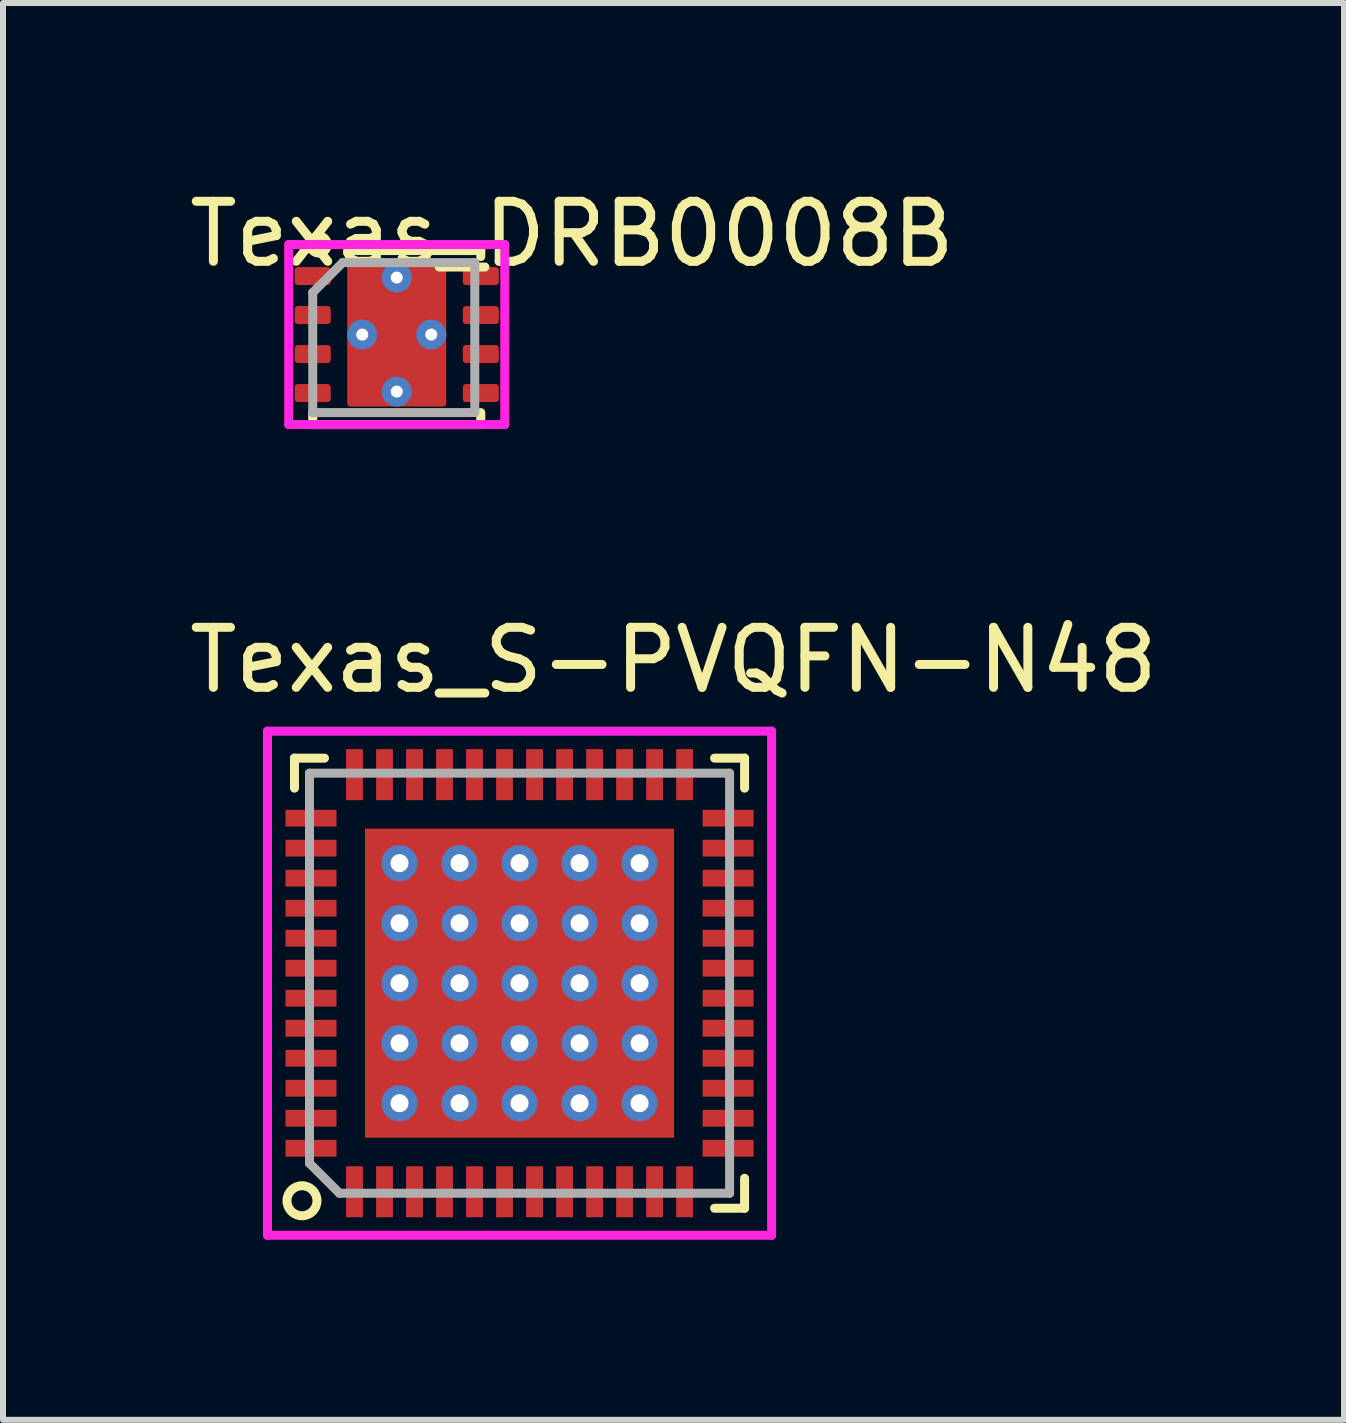
<source format=kicad_pcb>
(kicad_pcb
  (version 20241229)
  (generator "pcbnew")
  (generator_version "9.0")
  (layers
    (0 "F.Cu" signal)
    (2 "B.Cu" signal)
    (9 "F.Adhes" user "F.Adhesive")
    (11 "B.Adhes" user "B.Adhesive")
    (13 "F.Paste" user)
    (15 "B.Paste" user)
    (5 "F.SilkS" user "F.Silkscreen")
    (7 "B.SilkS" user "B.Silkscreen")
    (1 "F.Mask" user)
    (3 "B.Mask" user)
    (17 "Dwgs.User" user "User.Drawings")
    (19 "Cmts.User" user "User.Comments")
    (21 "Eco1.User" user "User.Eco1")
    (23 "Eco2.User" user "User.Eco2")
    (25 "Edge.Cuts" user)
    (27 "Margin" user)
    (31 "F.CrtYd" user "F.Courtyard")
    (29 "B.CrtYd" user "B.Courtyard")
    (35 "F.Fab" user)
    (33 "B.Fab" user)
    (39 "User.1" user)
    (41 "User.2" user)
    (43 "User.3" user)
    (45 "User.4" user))
  (footprint "Texas_DRB0008B"
    (layer "F.Cu")
    (at 3.561 2.525)
    (property "Reference" "Texas_DRB0008B" (at 2.921 -1.676 0) (layer "F.SilkS") (effects (font (size 1 1) (thickness 0.15))))
    (attr through_hole)
    (fp_line (start -1.4 1.3) (end -1.4 1.5) (stroke (width 0.15) (type solid)) (layer "F.SilkS"))
    (fp_line (start -1.4 1.5) (end 1.4 1.5) (stroke (width 0.15) (type solid)) (layer "F.SilkS"))
    (fp_line (start 1.4 -1.4) (end -0.8 -1.4) (stroke (width 0.15) (type solid)) (layer "F.SilkS"))
    (fp_line (start 1.4 -1.3) (end 1.4 -1.4) (stroke (width 0.15) (type solid)) (layer "F.SilkS"))
    (fp_line (start 1.4 1.5) (end 1.4 1.3) (stroke (width 0.15) (type solid)) (layer "F.SilkS"))
    (fp_circle (center -1.3 -1.5) (end -1.2 -1.4) (stroke (width 0.15) (type solid)) (fill no) (layer "F.SilkS"))
    (fp_line (start -1.8 -1.5) (end 1.8 -1.5) (stroke (width 0.15) (type solid)) (layer "F.CrtYd"))
    (fp_line (start -1.8 1.5) (end -1.8 -1.5) (stroke (width 0.15) (type solid)) (layer "F.CrtYd"))
    (fp_line (start 1.8 -1.5) (end 1.8 1.5) (stroke (width 0.15) (type solid)) (layer "F.CrtYd"))
    (fp_line (start 1.8 1.5) (end -1.8 1.5) (stroke (width 0.15) (type solid)) (layer "F.CrtYd"))
    (fp_line (start -1.4 -0.7) (end -0.9 -1.2) (stroke (width 0.15) (type solid)) (layer "F.Fab"))
    (fp_line (start -1.4 1.3) (end -1.4 -0.7) (stroke (width 0.15) (type solid)) (layer "F.Fab"))
    (fp_line (start -0.9 -1.2) (end 1.3 -1.2) (stroke (width 0.15) (type solid)) (layer "F.Fab"))
    (fp_line (start 1.3 -1.2) (end 1.3 1.3) (stroke (width 0.15) (type solid)) (layer "F.Fab"))
    (fp_line (start 1.3 1.3) (end -1.4 1.3) (stroke (width 0.15) (type solid)) (layer "F.Fab"))
    (pad "1" smd roundrect (at -1.4 -0.975) (size 0.6 0.3) (layers "F.Cu" "F.Mask" "F.Paste") (roundrect_rratio 0.17))
    (pad "2" smd roundrect (at -1.4 -0.325) (size 0.6 0.3) (layers "F.Cu" "F.Mask" "F.Paste") (roundrect_rratio 0.17))
    (pad "3" smd roundrect (at -1.4 0.325) (size 0.6 0.3) (layers "F.Cu" "F.Mask" "F.Paste") (roundrect_rratio 0.17))
    (pad "4" smd roundrect (at -1.4 0.975) (size 0.6 0.3) (layers "F.Cu" "F.Mask" "F.Paste") (roundrect_rratio 0.17))
    (pad "5" smd roundrect (at 1.4 0.975) (size 0.6 0.3) (layers "F.Cu" "F.Mask" "F.Paste") (roundrect_rratio 0.17))
    (pad "6" smd roundrect (at 1.4 0.325) (size 0.6 0.3) (layers "F.Cu" "F.Mask" "F.Paste") (roundrect_rratio 0.17))
    (pad "7" smd roundrect (at 1.4 -0.325) (size 0.6 0.3) (layers "F.Cu" "F.Mask" "F.Paste") (roundrect_rratio 0.17))
    (pad "8" smd roundrect (at 1.4 -0.975) (size 0.6 0.3) (layers "F.Cu" "F.Mask" "F.Paste") (roundrect_rratio 0.17))
    (pad "9" thru_hole circle (at -0.575 0) (size 0.5 0.5) (drill 0.2) (layers "*.Cu" "*.Mask"))
    (pad "9" thru_hole circle (at 0 -0.95) (size 0.5 0.5) (drill 0.2) (layers "*.Cu" "*.Mask"))
    (pad "9" smd roundrect (at 0 -0.63 180) (size 1.47 1.06) (layers "F.Cu" "F.Paste") (roundrect_rratio 0.047))
    (pad "9" smd roundrect (at 0 0) (size 1.65 2.4) (layers "F.Cu" "F.Mask") (roundrect_rratio 0.03))
    (pad "9" smd roundrect (at 0 0.6) (size 1.47 1.06) (layers "F.Cu" "F.Paste") (roundrect_rratio 0.047))
    (pad "9" thru_hole circle (at 0 0.95) (size 0.5 0.5) (drill 0.2) (layers "*.Cu" "*.Mask"))
    (pad "9" thru_hole circle (at 0.575 0) (size 0.5 0.5) (drill 0.2) (layers "*.Cu" "*.Mask")))
  (footprint "Texas_S-PVQFN-N48"
    (layer "F.Cu")
    (at 5.607 13.333)
    (property "Reference" "Texas_S-PVQFN-N48" (at 2.565 -5.385 180) (layer "F.SilkS") (effects (font (size 1 1) (thickness 0.15))))
    (attr through_hole)
    (fp_line (start -3.75 -3.75) (end -3.25 -3.75) (stroke (width 0.15) (type solid)) (layer "F.SilkS"))
    (fp_line (start -3.75 -3.25) (end -3.75 -3.75) (stroke (width 0.15) (type solid)) (layer "F.SilkS"))
    (fp_line (start 3.25 -3.75) (end 3.75 -3.75) (stroke (width 0.15) (type solid)) (layer "F.SilkS"))
    (fp_line (start 3.25 3.75) (end 3.75 3.75) (stroke (width 0.15) (type solid)) (layer "F.SilkS"))
    (fp_line (start 3.75 -3.75) (end 3.75 -3.25) (stroke (width 0.15) (type solid)) (layer "F.SilkS"))
    (fp_line (start 3.75 3.75) (end 3.75 3.25) (stroke (width 0.15) (type solid)) (layer "F.SilkS"))
    (fp_circle (center -3.625 3.625) (end -3.375 3.625) (stroke (width 0.15) (type solid)) (fill no) (layer "F.SilkS"))
    (fp_line (start -4.2 -4.2) (end 4.2 -4.2) (stroke (width 0.15) (type solid)) (layer "F.CrtYd"))
    (fp_line (start -4.2 4.2) (end -4.2 -4.2) (stroke (width 0.15) (type solid)) (layer "F.CrtYd"))
    (fp_line (start 4.2 -4.2) (end 4.2 4.2) (stroke (width 0.15) (type solid)) (layer "F.CrtYd"))
    (fp_line (start 4.2 4.2) (end -4.2 4.2) (stroke (width 0.15) (type solid)) (layer "F.CrtYd"))
    (fp_line (start -3.5 -3.5) (end -3.5 3) (stroke (width 0.15) (type solid)) (layer "F.Fab"))
    (fp_line (start -3.5 3) (end -3 3.5) (stroke (width 0.15) (type solid)) (layer "F.Fab"))
    (fp_line (start -3 3.5) (end 3.5 3.5) (stroke (width 0.15) (type solid)) (layer "F.Fab"))
    (fp_line (start 3.5 -3.5) (end -3.5 -3.5) (stroke (width 0.15) (type solid)) (layer "F.Fab"))
    (fp_line (start 3.5 3.5) (end 3.5 -3.5) (stroke (width 0.15) (type solid)) (layer "F.Fab"))
    (pad "" smd rect (at -1.75 -1.75) (size 1.45 1.45) (layers "F.Paste"))
    (pad "" smd rect (at -1.75 0) (size 1.45 1.45) (layers "F.Paste"))
    (pad "" smd rect (at -1.75 1.75) (size 1.45 1.45) (layers "F.Paste"))
    (pad "" smd rect (at 0 -1.75) (size 1.45 1.45) (layers "F.Paste"))
    (pad "" smd rect (at 0 0) (size 1.45 1.45) (layers "F.Paste"))
    (pad "" smd rect (at 0 1.75) (size 1.45 1.45) (layers "F.Paste"))
    (pad "" smd rect (at 1.75 -1.75) (size 1.45 1.45) (layers "F.Paste"))
    (pad "" smd rect (at 1.75 0) (size 1.45 1.45) (layers "F.Paste"))
    (pad "" smd rect (at 1.75 1.75) (size 1.45 1.45) (layers "F.Paste"))
    (pad "1" smd rect (at -2.75 3.475) (size 0.28 0.85) (layers "F.Cu" "F.Mask" "F.Paste"))
    (pad "2" smd rect (at -2.25 3.475) (size 0.28 0.85) (layers "F.Cu" "F.Mask" "F.Paste"))
    (pad "3" smd rect (at -1.75 3.475) (size 0.28 0.85) (layers "F.Cu" "F.Mask" "F.Paste"))
    (pad "4" smd rect (at -1.25 3.475) (size 0.28 0.85) (layers "F.Cu" "F.Mask" "F.Paste"))
    (pad "5" smd rect (at -0.75 3.475) (size 0.28 0.85) (layers "F.Cu" "F.Mask" "F.Paste"))
    (pad "6" smd rect (at -0.25 3.475) (size 0.28 0.85) (layers "F.Cu" "F.Mask" "F.Paste"))
    (pad "7" smd rect (at 0.25 3.475) (size 0.28 0.85) (layers "F.Cu" "F.Mask" "F.Paste"))
    (pad "8" smd rect (at 0.75 3.475) (size 0.28 0.85) (layers "F.Cu" "F.Mask" "F.Paste"))
    (pad "9" smd rect (at 1.25 3.475) (size 0.28 0.85) (layers "F.Cu" "F.Mask" "F.Paste"))
    (pad "10" smd rect (at 1.75 3.475) (size 0.28 0.85) (layers "F.Cu" "F.Mask" "F.Paste"))
    (pad "11" smd rect (at 2.25 3.475) (size 0.28 0.85) (layers "F.Cu" "F.Mask" "F.Paste"))
    (pad "12" smd rect (at 2.75 3.475) (size 0.28 0.85) (layers "F.Cu" "F.Mask" "F.Paste"))
    (pad "13" smd rect (at 3.475 2.75 90) (size 0.28 0.85) (layers "F.Cu" "F.Mask" "F.Paste"))
    (pad "14" smd rect (at 3.475 2.25 90) (size 0.28 0.85) (layers "F.Cu" "F.Mask" "F.Paste"))
    (pad "15" smd rect (at 3.475 1.75 90) (size 0.28 0.85) (layers "F.Cu" "F.Mask" "F.Paste"))
    (pad "16" smd rect (at 3.475 1.25 90) (size 0.28 0.85) (layers "F.Cu" "F.Mask" "F.Paste"))
    (pad "17" smd rect (at 3.475 0.75 90) (size 0.28 0.85) (layers "F.Cu" "F.Mask" "F.Paste"))
    (pad "18" smd rect (at 3.475 0.25 90) (size 0.28 0.85) (layers "F.Cu" "F.Mask" "F.Paste"))
    (pad "19" smd rect (at 3.475 -0.25 90) (size 0.28 0.85) (layers "F.Cu" "F.Mask" "F.Paste"))
    (pad "20" smd rect (at 3.475 -0.75 90) (size 0.28 0.85) (layers "F.Cu" "F.Mask" "F.Paste"))
    (pad "21" smd rect (at 3.475 -1.25 90) (size 0.28 0.85) (layers "F.Cu" "F.Mask" "F.Paste"))
    (pad "22" smd rect (at 3.475 -1.75 90) (size 0.28 0.85) (layers "F.Cu" "F.Mask" "F.Paste"))
    (pad "23" smd rect (at 3.475 -2.25 90) (size 0.28 0.85) (layers "F.Cu" "F.Mask" "F.Paste"))
    (pad "24" smd rect (at 3.475 -2.75 90) (size 0.28 0.85) (layers "F.Cu" "F.Mask" "F.Paste"))
    (pad "25" smd rect (at 2.75 -3.475) (size 0.28 0.85) (layers "F.Cu" "F.Mask" "F.Paste"))
    (pad "26" smd rect (at 2.25 -3.475) (size 0.28 0.85) (layers "F.Cu" "F.Mask" "F.Paste"))
    (pad "27" smd rect (at 1.75 -3.475) (size 0.28 0.85) (layers "F.Cu" "F.Mask" "F.Paste"))
    (pad "28" smd rect (at 1.25 -3.475) (size 0.28 0.85) (layers "F.Cu" "F.Mask" "F.Paste"))
    (pad "29" smd rect (at 0.75 -3.475) (size 0.28 0.85) (layers "F.Cu" "F.Mask" "F.Paste"))
    (pad "30" smd rect (at 0.25 -3.475) (size 0.28 0.85) (layers "F.Cu" "F.Mask" "F.Paste"))
    (pad "31" smd rect (at -0.25 -3.475) (size 0.28 0.85) (layers "F.Cu" "F.Mask" "F.Paste"))
    (pad "32" smd rect (at -0.75 -3.475) (size 0.28 0.85) (layers "F.Cu" "F.Mask" "F.Paste"))
    (pad "33" smd rect (at -1.25 -3.475) (size 0.28 0.85) (layers "F.Cu" "F.Mask" "F.Paste"))
    (pad "34" smd rect (at -1.75 -3.475) (size 0.28 0.85) (layers "F.Cu" "F.Mask" "F.Paste"))
    (pad "35" smd rect (at -2.25 -3.475) (size 0.28 0.85) (layers "F.Cu" "F.Mask" "F.Paste"))
    (pad "36" smd rect (at -2.75 -3.475) (size 0.28 0.85) (layers "F.Cu" "F.Mask" "F.Paste"))
    (pad "37" smd rect (at -3.475 -2.75 90) (size 0.28 0.85) (layers "F.Cu" "F.Mask" "F.Paste"))
    (pad "38" smd rect (at -3.475 -2.25 90) (size 0.28 0.85) (layers "F.Cu" "F.Mask" "F.Paste"))
    (pad "39" smd rect (at -3.475 -1.75 90) (size 0.28 0.85) (layers "F.Cu" "F.Mask" "F.Paste"))
    (pad "40" smd rect (at -3.475 -1.25 90) (size 0.28 0.85) (layers "F.Cu" "F.Mask" "F.Paste"))
    (pad "41" smd rect (at -3.475 -0.75 90) (size 0.28 0.85) (layers "F.Cu" "F.Mask" "F.Paste"))
    (pad "42" smd rect (at -3.475 -0.25 90) (size 0.28 0.85) (layers "F.Cu" "F.Mask" "F.Paste"))
    (pad "43" smd rect (at -3.475 0.25 90) (size 0.28 0.85) (layers "F.Cu" "F.Mask" "F.Paste"))
    (pad "44" smd rect (at -3.475 0.75 90) (size 0.28 0.85) (layers "F.Cu" "F.Mask" "F.Paste"))
    (pad "45" smd rect (at -3.475 1.25 90) (size 0.28 0.85) (layers "F.Cu" "F.Mask" "F.Paste"))
    (pad "46" smd rect (at -3.475 1.75 90) (size 0.28 0.85) (layers "F.Cu" "F.Mask" "F.Paste"))
    (pad "47" smd rect (at -3.475 2.25 90) (size 0.28 0.85) (layers "F.Cu" "F.Mask" "F.Paste"))
    (pad "48" smd rect (at -3.475 2.75 90) (size 0.28 0.85) (layers "F.Cu" "F.Mask" "F.Paste"))
    (pad "49" thru_hole circle (at -2 -2) (size 0.6 0.6) (drill 0.3) (layers "*.Cu" "*.Mask"))
    (pad "49" thru_hole circle (at -2 -1) (size 0.6 0.6) (drill 0.3) (layers "*.Cu" "*.Mask"))
    (pad "49" thru_hole circle (at -2 0) (size 0.6 0.6) (drill 0.3) (layers "*.Cu" "*.Mask"))
    (pad "49" thru_hole circle (at -2 1) (size 0.6 0.6) (drill 0.3) (layers "*.Cu" "*.Mask"))
    (pad "49" thru_hole circle (at -2 2) (size 0.6 0.6) (drill 0.3) (layers "*.Cu" "*.Mask"))
    (pad "49" thru_hole circle (at -1 -2) (size 0.6 0.6) (drill 0.3) (layers "*.Cu" "*.Mask"))
    (pad "49" thru_hole circle (at -1 -1) (size 0.6 0.6) (drill 0.3) (layers "*.Cu" "*.Mask"))
    (pad "49" thru_hole circle (at -1 0) (size 0.6 0.6) (drill 0.3) (layers "*.Cu" "*.Mask"))
    (pad "49" thru_hole circle (at -1 1) (size 0.6 0.6) (drill 0.3) (layers "*.Cu" "*.Mask"))
    (pad "49" thru_hole circle (at -1 2) (size 0.6 0.6) (drill 0.3) (layers "*.Cu" "*.Mask"))
    (pad "49" thru_hole circle (at 0 -2) (size 0.6 0.6) (drill 0.3) (layers "*.Cu" "*.Mask"))
    (pad "49" thru_hole circle (at 0 -1) (size 0.6 0.6) (drill 0.3) (layers "*.Cu" "*.Mask"))
    (pad "49" thru_hole circle (at 0 0) (size 0.6 0.6) (drill 0.3) (layers "*.Cu" "*.Mask"))
    (pad "49" smd rect (at 0 0) (size 5.15 5.15) (layers "F.Cu" "F.Mask"))
    (pad "49" thru_hole circle (at 0 1) (size 0.6 0.6) (drill 0.3) (layers "*.Cu" "*.Mask"))
    (pad "49" thru_hole circle (at 0 2) (size 0.6 0.6) (drill 0.3) (layers "*.Cu" "*.Mask"))
    (pad "49" thru_hole circle (at 1 -2) (size 0.6 0.6) (drill 0.3) (layers "*.Cu" "*.Mask"))
    (pad "49" thru_hole circle (at 1 -1) (size 0.6 0.6) (drill 0.3) (layers "*.Cu" "*.Mask"))
    (pad "49" thru_hole circle (at 1 0) (size 0.6 0.6) (drill 0.3) (layers "*.Cu" "*.Mask"))
    (pad "49" thru_hole circle (at 1 1) (size 0.6 0.6) (drill 0.3) (layers "*.Cu" "*.Mask"))
    (pad "49" thru_hole circle (at 1 2) (size 0.6 0.6) (drill 0.3) (layers "*.Cu" "*.Mask"))
    (pad "49" thru_hole circle (at 2 -2) (size 0.6 0.6) (drill 0.3) (layers "*.Cu" "*.Mask"))
    (pad "49" thru_hole circle (at 2 -1) (size 0.6 0.6) (drill 0.3) (layers "*.Cu" "*.Mask"))
    (pad "49" thru_hole circle (at 2 0) (size 0.6 0.6) (drill 0.3) (layers "*.Cu" "*.Mask"))
    (pad "49" thru_hole circle (at 2 1) (size 0.6 0.6) (drill 0.3) (layers "*.Cu" "*.Mask"))
    (pad "49" thru_hole circle (at 2 2) (size 0.6 0.6) (drill 0.3) (layers "*.Cu" "*.Mask")))
  (gr_rect
    (start -3 -3)
    (end 19.345 20.608)
    (stroke (width 0.1) (type default))
    (fill no)
    (layer "Edge.Cuts")))
</source>
